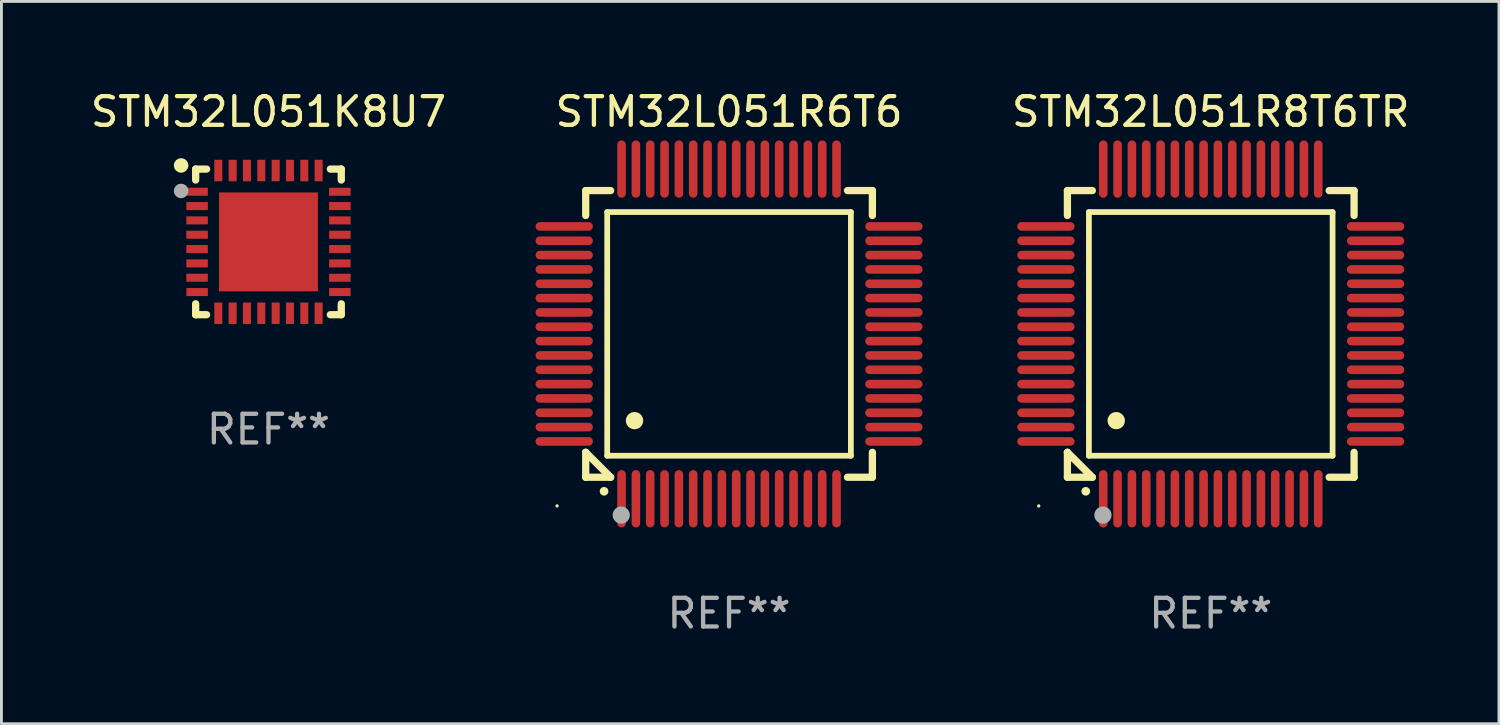
<source format=kicad_pcb>
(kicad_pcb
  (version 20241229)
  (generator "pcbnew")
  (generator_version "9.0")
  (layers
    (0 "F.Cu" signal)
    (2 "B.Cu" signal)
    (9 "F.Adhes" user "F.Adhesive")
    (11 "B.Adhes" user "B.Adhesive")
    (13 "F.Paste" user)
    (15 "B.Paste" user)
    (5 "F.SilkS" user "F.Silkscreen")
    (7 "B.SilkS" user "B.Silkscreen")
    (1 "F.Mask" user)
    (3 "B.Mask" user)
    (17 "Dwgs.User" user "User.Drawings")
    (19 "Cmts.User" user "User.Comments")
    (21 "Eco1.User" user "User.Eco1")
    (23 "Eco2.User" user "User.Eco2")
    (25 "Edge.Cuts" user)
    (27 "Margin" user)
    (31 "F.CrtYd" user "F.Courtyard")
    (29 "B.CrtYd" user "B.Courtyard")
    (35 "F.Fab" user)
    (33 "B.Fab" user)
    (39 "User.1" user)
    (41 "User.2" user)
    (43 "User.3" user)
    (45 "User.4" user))
  (footprint "STM32L051R8T6TR"
    (layer "F.Cu")
    (at 39.184 8.598)
    (property "Reference" "STM32L051R8T6TR" (at 0 -7.75 0) (layer "F.SilkS") (effects (font (size 1 1) (thickness 0.15))))
    (attr through_hole)
    (fp_line (start -5 -5) (end -4.131 -5) (stroke (width 0.254) (type solid)) (layer "F.SilkS"))
    (fp_line (start -5 -4.131) (end -5 -5) (stroke (width 0.254) (type solid)) (layer "F.SilkS"))
    (fp_line (start -5 4.131) (end -5 4.131) (stroke (width 0.254) (type solid)) (layer "F.SilkS"))
    (fp_line (start -5 5) (end -5 4.131) (stroke (width 0.254) (type solid)) (layer "F.SilkS"))
    (fp_line (start -5 4.131) (end -4.131 5) (stroke (width 0.254) (type solid)) (layer "F.SilkS"))
    (fp_line (start -4.25 -4.25) (end -4.25 4.25) (stroke (width 0.2) (type solid)) (layer "F.SilkS"))
    (fp_line (start -4.25 4.25) (end 4.25 4.25) (stroke (width 0.2) (type solid)) (layer "F.SilkS"))
    (fp_line (start -4.131 5) (end -5 5) (stroke (width 0.254) (type solid)) (layer "F.SilkS"))
    (fp_line (start 4.25 -4.25) (end -4.25 -4.25) (stroke (width 0.2) (type solid)) (layer "F.SilkS"))
    (fp_line (start 4.25 4.25) (end 4.25 -4.25) (stroke (width 0.2) (type solid)) (layer "F.SilkS"))
    (fp_line (start 5 -5) (end 4.131 -5) (stroke (width 0.254) (type solid)) (layer "F.SilkS"))
    (fp_line (start 5 -5) (end 5 -4.131) (stroke (width 0.254) (type solid)) (layer "F.SilkS"))
    (fp_line (start 5 4.131) (end 5 5) (stroke (width 0.254) (type solid)) (layer "F.SilkS"))
    (fp_line (start 5 5) (end 4.131 5) (stroke (width 0.254) (type solid)) (layer "F.SilkS"))
    (fp_arc (start -4.361265 5.489992) (mid -4.359995 5.489987) (end -4.358725 5.489992) (stroke (width 0.3) (type solid)) (layer "F.SilkS"))
    (fp_arc (start -3.299467 3.025146) (mid -3.296927 3.025135) (end -3.294387 3.025146) (stroke (width 0.6) (type solid)) (layer "F.SilkS"))
    (fp_circle (center -6 6) (end -5.97 6) (stroke (width 0.06) (type solid)) (fill no) (layer "F.SilkS"))
    (fp_circle (center -3.76 6.32) (end -3.61 6.32) (stroke (width 0.3) (type solid)) (fill no) (layer "F.Fab"))
    (fp_text user "REF**" (at 0 9.75 0) (layer "F.Fab") (effects (font (size 1 1) (thickness 0.15))))
    (pad "1" smd oval (at -3.75 5.75) (size 0.3 2) (layers "F.Cu" "F.Mask" "F.Paste"))
    (pad "2" smd oval (at -3.25 5.75) (size 0.3 2) (layers "F.Cu" "F.Mask" "F.Paste"))
    (pad "3" smd oval (at -2.75 5.75) (size 0.3 2) (layers "F.Cu" "F.Mask" "F.Paste"))
    (pad "4" smd oval (at -2.25 5.75) (size 0.3 2) (layers "F.Cu" "F.Mask" "F.Paste"))
    (pad "5" smd oval (at -1.75 5.75) (size 0.3 2) (layers "F.Cu" "F.Mask" "F.Paste"))
    (pad "6" smd oval (at -1.25 5.75) (size 0.3 2) (layers "F.Cu" "F.Mask" "F.Paste"))
    (pad "7" smd oval (at -0.75 5.75) (size 0.3 2) (layers "F.Cu" "F.Mask" "F.Paste"))
    (pad "8" smd oval (at -0.25 5.75) (size 0.3 2) (layers "F.Cu" "F.Mask" "F.Paste"))
    (pad "9" smd oval (at 0.25 5.75) (size 0.3 2) (layers "F.Cu" "F.Mask" "F.Paste"))
    (pad "10" smd oval (at 0.75 5.75) (size 0.3 2) (layers "F.Cu" "F.Mask" "F.Paste"))
    (pad "11" smd oval (at 1.25 5.75) (size 0.3 2) (layers "F.Cu" "F.Mask" "F.Paste"))
    (pad "12" smd oval (at 1.75 5.75) (size 0.3 2) (layers "F.Cu" "F.Mask" "F.Paste"))
    (pad "13" smd oval (at 2.25 5.75) (size 0.3 2) (layers "F.Cu" "F.Mask" "F.Paste"))
    (pad "14" smd oval (at 2.75 5.75) (size 0.3 2) (layers "F.Cu" "F.Mask" "F.Paste"))
    (pad "15" smd oval (at 3.25 5.75) (size 0.3 2) (layers "F.Cu" "F.Mask" "F.Paste"))
    (pad "16" smd oval (at 3.75 5.75) (size 0.3 2) (layers "F.Cu" "F.Mask" "F.Paste"))
    (pad "17" smd oval (at 5.75 3.75) (size 2 0.3) (layers "F.Cu" "F.Mask" "F.Paste"))
    (pad "18" smd oval (at 5.75 3.25) (size 2 0.3) (layers "F.Cu" "F.Mask" "F.Paste"))
    (pad "19" smd oval (at 5.75 2.75) (size 2 0.3) (layers "F.Cu" "F.Mask" "F.Paste"))
    (pad "20" smd oval (at 5.75 2.25) (size 2 0.3) (layers "F.Cu" "F.Mask" "F.Paste"))
    (pad "21" smd oval (at 5.75 1.75) (size 2 0.3) (layers "F.Cu" "F.Mask" "F.Paste"))
    (pad "22" smd oval (at 5.75 1.25) (size 2 0.3) (layers "F.Cu" "F.Mask" "F.Paste"))
    (pad "23" smd oval (at 5.75 0.75) (size 2 0.3) (layers "F.Cu" "F.Mask" "F.Paste"))
    (pad "24" smd oval (at 5.75 0.25) (size 2 0.3) (layers "F.Cu" "F.Mask" "F.Paste"))
    (pad "25" smd oval (at 5.75 -0.25) (size 2 0.3) (layers "F.Cu" "F.Mask" "F.Paste"))
    (pad "26" smd oval (at 5.75 -0.75) (size 2 0.3) (layers "F.Cu" "F.Mask" "F.Paste"))
    (pad "27" smd oval (at 5.75 -1.25) (size 2 0.3) (layers "F.Cu" "F.Mask" "F.Paste"))
    (pad "28" smd oval (at 5.75 -1.75) (size 2 0.3) (layers "F.Cu" "F.Mask" "F.Paste"))
    (pad "29" smd oval (at 5.75 -2.25) (size 2 0.3) (layers "F.Cu" "F.Mask" "F.Paste"))
    (pad "30" smd oval (at 5.75 -2.75) (size 2 0.3) (layers "F.Cu" "F.Mask" "F.Paste"))
    (pad "31" smd oval (at 5.75 -3.25) (size 2 0.3) (layers "F.Cu" "F.Mask" "F.Paste"))
    (pad "32" smd oval (at 5.75 -3.75) (size 2 0.3) (layers "F.Cu" "F.Mask" "F.Paste"))
    (pad "33" smd oval (at 3.75 -5.75) (size 0.3 2) (layers "F.Cu" "F.Mask" "F.Paste"))
    (pad "34" smd oval (at 3.25 -5.75) (size 0.3 2) (layers "F.Cu" "F.Mask" "F.Paste"))
    (pad "35" smd oval (at 2.75 -5.75) (size 0.3 2) (layers "F.Cu" "F.Mask" "F.Paste"))
    (pad "36" smd oval (at 2.25 -5.75) (size 0.3 2) (layers "F.Cu" "F.Mask" "F.Paste"))
    (pad "37" smd oval (at 1.75 -5.75) (size 0.3 2) (layers "F.Cu" "F.Mask" "F.Paste"))
    (pad "38" smd oval (at 1.25 -5.75) (size 0.3 2) (layers "F.Cu" "F.Mask" "F.Paste"))
    (pad "39" smd oval (at 0.75 -5.75) (size 0.3 2) (layers "F.Cu" "F.Mask" "F.Paste"))
    (pad "40" smd oval (at 0.25 -5.75) (size 0.3 2) (layers "F.Cu" "F.Mask" "F.Paste"))
    (pad "41" smd oval (at -0.25 -5.75) (size 0.3 2) (layers "F.Cu" "F.Mask" "F.Paste"))
    (pad "42" smd oval (at -0.75 -5.75) (size 0.3 2) (layers "F.Cu" "F.Mask" "F.Paste"))
    (pad "43" smd oval (at -1.25 -5.75) (size 0.3 2) (layers "F.Cu" "F.Mask" "F.Paste"))
    (pad "44" smd oval (at -1.75 -5.75) (size 0.3 2) (layers "F.Cu" "F.Mask" "F.Paste"))
    (pad "45" smd oval (at -2.25 -5.75) (size 0.3 2) (layers "F.Cu" "F.Mask" "F.Paste"))
    (pad "46" smd oval (at -2.75 -5.75) (size 0.3 2) (layers "F.Cu" "F.Mask" "F.Paste"))
    (pad "47" smd oval (at -3.25 -5.75) (size 0.3 2) (layers "F.Cu" "F.Mask" "F.Paste"))
    (pad "48" smd oval (at -3.75 -5.75) (size 0.3 2) (layers "F.Cu" "F.Mask" "F.Paste"))
    (pad "49" smd oval (at -5.75 -3.75) (size 2 0.3) (layers "F.Cu" "F.Mask" "F.Paste"))
    (pad "50" smd oval (at -5.75 -3.25) (size 2 0.3) (layers "F.Cu" "F.Mask" "F.Paste"))
    (pad "51" smd oval (at -5.75 -2.75) (size 2 0.3) (layers "F.Cu" "F.Mask" "F.Paste"))
    (pad "52" smd oval (at -5.75 -2.25) (size 2 0.3) (layers "F.Cu" "F.Mask" "F.Paste"))
    (pad "53" smd oval (at -5.75 -1.75) (size 2 0.3) (layers "F.Cu" "F.Mask" "F.Paste"))
    (pad "54" smd oval (at -5.75 -1.25) (size 2 0.3) (layers "F.Cu" "F.Mask" "F.Paste"))
    (pad "55" smd oval (at -5.75 -0.75) (size 2 0.3) (layers "F.Cu" "F.Mask" "F.Paste"))
    (pad "56" smd oval (at -5.75 -0.25) (size 2 0.3) (layers "F.Cu" "F.Mask" "F.Paste"))
    (pad "57" smd oval (at -5.75 0.25) (size 2 0.3) (layers "F.Cu" "F.Mask" "F.Paste"))
    (pad "58" smd oval (at -5.75 0.75) (size 2 0.3) (layers "F.Cu" "F.Mask" "F.Paste"))
    (pad "59" smd oval (at -5.75 1.25) (size 2 0.3) (layers "F.Cu" "F.Mask" "F.Paste"))
    (pad "60" smd oval (at -5.75 1.75) (size 2 0.3) (layers "F.Cu" "F.Mask" "F.Paste"))
    (pad "61" smd oval (at -5.75 2.25) (size 2 0.3) (layers "F.Cu" "F.Mask" "F.Paste"))
    (pad "62" smd oval (at -5.75 2.75) (size 2 0.3) (layers "F.Cu" "F.Mask" "F.Paste"))
    (pad "63" smd oval (at -5.75 3.25) (size 2 0.3) (layers "F.Cu" "F.Mask" "F.Paste"))
    (pad "64" smd oval (at -5.75 3.75) (size 2 0.3) (layers "F.Cu" "F.Mask" "F.Paste")))
  (footprint "STM32L051K8U7"
    (layer "F.Cu")
    (at 6.315 5.388)
    (property "Reference" "STM32L051K8U7" (at 0 -4.54 0) (layer "F.SilkS") (effects (font (size 1 1) (thickness 0.15))))
    (attr through_hole)
    (fp_line (start -2.54 -2.54) (end -2.159 -2.54) (stroke (width 0.254) (type solid)) (layer "F.SilkS"))
    (fp_line (start -2.54 -2.159) (end -2.54 -2.54) (stroke (width 0.254) (type solid)) (layer "F.SilkS"))
    (fp_line (start -2.54 2.54) (end -2.54 2.159) (stroke (width 0.254) (type solid)) (layer "F.SilkS"))
    (fp_line (start -2.159 2.54) (end -2.54 2.54) (stroke (width 0.254) (type solid)) (layer "F.SilkS"))
    (fp_line (start 2.159 -2.54) (end 2.54 -2.54) (stroke (width 0.254) (type solid)) (layer "F.SilkS"))
    (fp_line (start 2.54 -2.54) (end 2.54 -2.159) (stroke (width 0.254) (type solid)) (layer "F.SilkS"))
    (fp_line (start 2.54 2.159) (end 2.54 2.54) (stroke (width 0.254) (type solid)) (layer "F.SilkS"))
    (fp_line (start 2.54 2.54) (end 2.159 2.54) (stroke (width 0.254) (type solid)) (layer "F.SilkS"))
    (fp_circle (center -3.048 -2.667) (end -2.921 -2.667) (stroke (width 0.254) (type solid)) (fill no) (layer "F.SilkS"))
    (fp_circle (center -2.5 -2.5) (end -2.47 -2.5) (stroke (width 0.06) (type solid)) (fill no) (layer "F.SilkS"))
    (fp_circle (center -3.048 -1.778) (end -2.921 -1.778) (stroke (width 0.254) (type solid)) (fill no) (layer "F.Fab"))
    (fp_text user "REF**" (at 0 6.54 0) (layer "F.Fab") (effects (font (size 1 1) (thickness 0.15))))
    (pad "1" smd rect (at -2.49 -1.75) (size 0.75 0.28) (layers "F.Cu" "F.Mask" "F.Paste"))
    (pad "2" smd rect (at -2.49 -1.25) (size 0.75 0.28) (layers "F.Cu" "F.Mask" "F.Paste"))
    (pad "3" smd rect (at -2.49 -0.75) (size 0.75 0.28) (layers "F.Cu" "F.Mask" "F.Paste"))
    (pad "4" smd rect (at -2.49 -0.25) (size 0.75 0.28) (layers "F.Cu" "F.Mask" "F.Paste"))
    (pad "5" smd rect (at -2.49 0.25) (size 0.75 0.28) (layers "F.Cu" "F.Mask" "F.Paste"))
    (pad "6" smd rect (at -2.49 0.75) (size 0.75 0.28) (layers "F.Cu" "F.Mask" "F.Paste"))
    (pad "7" smd rect (at -2.49 1.25) (size 0.75 0.28) (layers "F.Cu" "F.Mask" "F.Paste"))
    (pad "8" smd rect (at -2.49 1.75) (size 0.75 0.28) (layers "F.Cu" "F.Mask" "F.Paste"))
    (pad "9" smd rect (at -1.75 2.49) (size 0.28 0.75) (layers "F.Cu" "F.Mask" "F.Paste"))
    (pad "10" smd rect (at -1.25 2.49) (size 0.28 0.75) (layers "F.Cu" "F.Mask" "F.Paste"))
    (pad "11" smd rect (at -0.75 2.49) (size 0.28 0.75) (layers "F.Cu" "F.Mask" "F.Paste"))
    (pad "12" smd rect (at -0.25 2.49) (size 0.28 0.75) (layers "F.Cu" "F.Mask" "F.Paste"))
    (pad "13" smd rect (at 0.25 2.49) (size 0.28 0.75) (layers "F.Cu" "F.Mask" "F.Paste"))
    (pad "14" smd rect (at 0.75 2.49) (size 0.28 0.75) (layers "F.Cu" "F.Mask" "F.Paste"))
    (pad "15" smd rect (at 1.25 2.49) (size 0.28 0.75) (layers "F.Cu" "F.Mask" "F.Paste"))
    (pad "16" smd rect (at 1.75 2.49) (size 0.28 0.75) (layers "F.Cu" "F.Mask" "F.Paste"))
    (pad "17" smd rect (at 2.49 1.75) (size 0.75 0.28) (layers "F.Cu" "F.Mask" "F.Paste"))
    (pad "18" smd rect (at 2.49 1.25) (size 0.75 0.28) (layers "F.Cu" "F.Mask" "F.Paste"))
    (pad "19" smd rect (at 2.49 0.75) (size 0.75 0.28) (layers "F.Cu" "F.Mask" "F.Paste"))
    (pad "20" smd rect (at 2.49 0.25) (size 0.75 0.28) (layers "F.Cu" "F.Mask" "F.Paste"))
    (pad "21" smd rect (at 2.49 -0.25) (size 0.75 0.28) (layers "F.Cu" "F.Mask" "F.Paste"))
    (pad "22" smd rect (at 2.49 -0.75) (size 0.75 0.28) (layers "F.Cu" "F.Mask" "F.Paste"))
    (pad "23" smd rect (at 2.49 -1.25) (size 0.75 0.28) (layers "F.Cu" "F.Mask" "F.Paste"))
    (pad "24" smd rect (at 2.49 -1.75) (size 0.75 0.28) (layers "F.Cu" "F.Mask" "F.Paste"))
    (pad "25" smd rect (at 1.75 -2.49) (size 0.28 0.75) (layers "F.Cu" "F.Mask" "F.Paste"))
    (pad "26" smd rect (at 1.25 -2.49) (size 0.28 0.75) (layers "F.Cu" "F.Mask" "F.Paste"))
    (pad "27" smd rect (at 0.75 -2.49) (size 0.28 0.75) (layers "F.Cu" "F.Mask" "F.Paste"))
    (pad "28" smd rect (at 0.25 -2.49) (size 0.28 0.75) (layers "F.Cu" "F.Mask" "F.Paste"))
    (pad "29" smd rect (at -0.25 -2.49) (size 0.28 0.75) (layers "F.Cu" "F.Mask" "F.Paste"))
    (pad "30" smd rect (at -0.75 -2.49) (size 0.28 0.75) (layers "F.Cu" "F.Mask" "F.Paste"))
    (pad "31" smd rect (at -1.25 -2.49) (size 0.28 0.75) (layers "F.Cu" "F.Mask" "F.Paste"))
    (pad "32" smd rect (at -1.75 -2.49) (size 0.28 0.75) (layers "F.Cu" "F.Mask" "F.Paste"))
    (pad "33" smd rect (at 0 0) (size 3.45 3.45) (layers "F.Cu" "F.Mask" "F.Paste")))
  (footprint "STM32L051R6T6"
    (layer "F.Cu")
    (at 22.381 8.598)
    (property "Reference" "STM32L051R6T6" (at 0 -7.75 0) (layer "F.SilkS") (effects (font (size 1 1) (thickness 0.15))))
    (attr through_hole)
    (fp_line (start -5 -5) (end -4.131 -5) (stroke (width 0.254) (type solid)) (layer "F.SilkS"))
    (fp_line (start -5 -4.131) (end -5 -5) (stroke (width 0.254) (type solid)) (layer "F.SilkS"))
    (fp_line (start -5 4.131) (end -5 4.131) (stroke (width 0.254) (type solid)) (layer "F.SilkS"))
    (fp_line (start -5 5) (end -5 4.131) (stroke (width 0.254) (type solid)) (layer "F.SilkS"))
    (fp_line (start -5 4.131) (end -4.131 5) (stroke (width 0.254) (type solid)) (layer "F.SilkS"))
    (fp_line (start -4.25 -4.25) (end -4.25 4.25) (stroke (width 0.2) (type solid)) (layer "F.SilkS"))
    (fp_line (start -4.25 4.25) (end 4.25 4.25) (stroke (width 0.2) (type solid)) (layer "F.SilkS"))
    (fp_line (start -4.131 5) (end -5 5) (stroke (width 0.254) (type solid)) (layer "F.SilkS"))
    (fp_line (start 4.25 -4.25) (end -4.25 -4.25) (stroke (width 0.2) (type solid)) (layer "F.SilkS"))
    (fp_line (start 4.25 4.25) (end 4.25 -4.25) (stroke (width 0.2) (type solid)) (layer "F.SilkS"))
    (fp_line (start 5 -5) (end 4.131 -5) (stroke (width 0.254) (type solid)) (layer "F.SilkS"))
    (fp_line (start 5 -5) (end 5 -4.131) (stroke (width 0.254) (type solid)) (layer "F.SilkS"))
    (fp_line (start 5 4.131) (end 5 5) (stroke (width 0.254) (type solid)) (layer "F.SilkS"))
    (fp_line (start 5 5) (end 4.131 5) (stroke (width 0.254) (type solid)) (layer "F.SilkS"))
    (fp_arc (start -4.361265 5.489992) (mid -4.359995 5.489987) (end -4.358725 5.489992) (stroke (width 0.3) (type solid)) (layer "F.SilkS"))
    (fp_arc (start -3.299467 3.025146) (mid -3.296927 3.025135) (end -3.294387 3.025146) (stroke (width 0.6) (type solid)) (layer "F.SilkS"))
    (fp_circle (center -6 6) (end -5.97 6) (stroke (width 0.06) (type solid)) (fill no) (layer "F.SilkS"))
    (fp_circle (center -3.76 6.32) (end -3.61 6.32) (stroke (width 0.3) (type solid)) (fill no) (layer "F.Fab"))
    (fp_text user "REF**" (at 0 9.75 0) (layer "F.Fab") (effects (font (size 1 1) (thickness 0.15))))
    (pad "1" smd oval (at -3.75 5.75) (size 0.3 2) (layers "F.Cu" "F.Mask" "F.Paste"))
    (pad "2" smd oval (at -3.25 5.75) (size 0.3 2) (layers "F.Cu" "F.Mask" "F.Paste"))
    (pad "3" smd oval (at -2.75 5.75) (size 0.3 2) (layers "F.Cu" "F.Mask" "F.Paste"))
    (pad "4" smd oval (at -2.25 5.75) (size 0.3 2) (layers "F.Cu" "F.Mask" "F.Paste"))
    (pad "5" smd oval (at -1.75 5.75) (size 0.3 2) (layers "F.Cu" "F.Mask" "F.Paste"))
    (pad "6" smd oval (at -1.25 5.75) (size 0.3 2) (layers "F.Cu" "F.Mask" "F.Paste"))
    (pad "7" smd oval (at -0.75 5.75) (size 0.3 2) (layers "F.Cu" "F.Mask" "F.Paste"))
    (pad "8" smd oval (at -0.25 5.75) (size 0.3 2) (layers "F.Cu" "F.Mask" "F.Paste"))
    (pad "9" smd oval (at 0.25 5.75) (size 0.3 2) (layers "F.Cu" "F.Mask" "F.Paste"))
    (pad "10" smd oval (at 0.75 5.75) (size 0.3 2) (layers "F.Cu" "F.Mask" "F.Paste"))
    (pad "11" smd oval (at 1.25 5.75) (size 0.3 2) (layers "F.Cu" "F.Mask" "F.Paste"))
    (pad "12" smd oval (at 1.75 5.75) (size 0.3 2) (layers "F.Cu" "F.Mask" "F.Paste"))
    (pad "13" smd oval (at 2.25 5.75) (size 0.3 2) (layers "F.Cu" "F.Mask" "F.Paste"))
    (pad "14" smd oval (at 2.75 5.75) (size 0.3 2) (layers "F.Cu" "F.Mask" "F.Paste"))
    (pad "15" smd oval (at 3.25 5.75) (size 0.3 2) (layers "F.Cu" "F.Mask" "F.Paste"))
    (pad "16" smd oval (at 3.75 5.75) (size 0.3 2) (layers "F.Cu" "F.Mask" "F.Paste"))
    (pad "17" smd oval (at 5.75 3.75) (size 2 0.3) (layers "F.Cu" "F.Mask" "F.Paste"))
    (pad "18" smd oval (at 5.75 3.25) (size 2 0.3) (layers "F.Cu" "F.Mask" "F.Paste"))
    (pad "19" smd oval (at 5.75 2.75) (size 2 0.3) (layers "F.Cu" "F.Mask" "F.Paste"))
    (pad "20" smd oval (at 5.75 2.25) (size 2 0.3) (layers "F.Cu" "F.Mask" "F.Paste"))
    (pad "21" smd oval (at 5.75 1.75) (size 2 0.3) (layers "F.Cu" "F.Mask" "F.Paste"))
    (pad "22" smd oval (at 5.75 1.25) (size 2 0.3) (layers "F.Cu" "F.Mask" "F.Paste"))
    (pad "23" smd oval (at 5.75 0.75) (size 2 0.3) (layers "F.Cu" "F.Mask" "F.Paste"))
    (pad "24" smd oval (at 5.75 0.25) (size 2 0.3) (layers "F.Cu" "F.Mask" "F.Paste"))
    (pad "25" smd oval (at 5.75 -0.25) (size 2 0.3) (layers "F.Cu" "F.Mask" "F.Paste"))
    (pad "26" smd oval (at 5.75 -0.75) (size 2 0.3) (layers "F.Cu" "F.Mask" "F.Paste"))
    (pad "27" smd oval (at 5.75 -1.25) (size 2 0.3) (layers "F.Cu" "F.Mask" "F.Paste"))
    (pad "28" smd oval (at 5.75 -1.75) (size 2 0.3) (layers "F.Cu" "F.Mask" "F.Paste"))
    (pad "29" smd oval (at 5.75 -2.25) (size 2 0.3) (layers "F.Cu" "F.Mask" "F.Paste"))
    (pad "30" smd oval (at 5.75 -2.75) (size 2 0.3) (layers "F.Cu" "F.Mask" "F.Paste"))
    (pad "31" smd oval (at 5.75 -3.25) (size 2 0.3) (layers "F.Cu" "F.Mask" "F.Paste"))
    (pad "32" smd oval (at 5.75 -3.75) (size 2 0.3) (layers "F.Cu" "F.Mask" "F.Paste"))
    (pad "33" smd oval (at 3.75 -5.75) (size 0.3 2) (layers "F.Cu" "F.Mask" "F.Paste"))
    (pad "34" smd oval (at 3.25 -5.75) (size 0.3 2) (layers "F.Cu" "F.Mask" "F.Paste"))
    (pad "35" smd oval (at 2.75 -5.75) (size 0.3 2) (layers "F.Cu" "F.Mask" "F.Paste"))
    (pad "36" smd oval (at 2.25 -5.75) (size 0.3 2) (layers "F.Cu" "F.Mask" "F.Paste"))
    (pad "37" smd oval (at 1.75 -5.75) (size 0.3 2) (layers "F.Cu" "F.Mask" "F.Paste"))
    (pad "38" smd oval (at 1.25 -5.75) (size 0.3 2) (layers "F.Cu" "F.Mask" "F.Paste"))
    (pad "39" smd oval (at 0.75 -5.75) (size 0.3 2) (layers "F.Cu" "F.Mask" "F.Paste"))
    (pad "40" smd oval (at 0.25 -5.75) (size 0.3 2) (layers "F.Cu" "F.Mask" "F.Paste"))
    (pad "41" smd oval (at -0.25 -5.75) (size 0.3 2) (layers "F.Cu" "F.Mask" "F.Paste"))
    (pad "42" smd oval (at -0.75 -5.75) (size 0.3 2) (layers "F.Cu" "F.Mask" "F.Paste"))
    (pad "43" smd oval (at -1.25 -5.75) (size 0.3 2) (layers "F.Cu" "F.Mask" "F.Paste"))
    (pad "44" smd oval (at -1.75 -5.75) (size 0.3 2) (layers "F.Cu" "F.Mask" "F.Paste"))
    (pad "45" smd oval (at -2.25 -5.75) (size 0.3 2) (layers "F.Cu" "F.Mask" "F.Paste"))
    (pad "46" smd oval (at -2.75 -5.75) (size 0.3 2) (layers "F.Cu" "F.Mask" "F.Paste"))
    (pad "47" smd oval (at -3.25 -5.75) (size 0.3 2) (layers "F.Cu" "F.Mask" "F.Paste"))
    (pad "48" smd oval (at -3.75 -5.75) (size 0.3 2) (layers "F.Cu" "F.Mask" "F.Paste"))
    (pad "49" smd oval (at -5.75 -3.75) (size 2 0.3) (layers "F.Cu" "F.Mask" "F.Paste"))
    (pad "50" smd oval (at -5.75 -3.25) (size 2 0.3) (layers "F.Cu" "F.Mask" "F.Paste"))
    (pad "51" smd oval (at -5.75 -2.75) (size 2 0.3) (layers "F.Cu" "F.Mask" "F.Paste"))
    (pad "52" smd oval (at -5.75 -2.25) (size 2 0.3) (layers "F.Cu" "F.Mask" "F.Paste"))
    (pad "53" smd oval (at -5.75 -1.75) (size 2 0.3) (layers "F.Cu" "F.Mask" "F.Paste"))
    (pad "54" smd oval (at -5.75 -1.25) (size 2 0.3) (layers "F.Cu" "F.Mask" "F.Paste"))
    (pad "55" smd oval (at -5.75 -0.75) (size 2 0.3) (layers "F.Cu" "F.Mask" "F.Paste"))
    (pad "56" smd oval (at -5.75 -0.25) (size 2 0.3) (layers "F.Cu" "F.Mask" "F.Paste"))
    (pad "57" smd oval (at -5.75 0.25) (size 2 0.3) (layers "F.Cu" "F.Mask" "F.Paste"))
    (pad "58" smd oval (at -5.75 0.75) (size 2 0.3) (layers "F.Cu" "F.Mask" "F.Paste"))
    (pad "59" smd oval (at -5.75 1.25) (size 2 0.3) (layers "F.Cu" "F.Mask" "F.Paste"))
    (pad "60" smd oval (at -5.75 1.75) (size 2 0.3) (layers "F.Cu" "F.Mask" "F.Paste"))
    (pad "61" smd oval (at -5.75 2.25) (size 2 0.3) (layers "F.Cu" "F.Mask" "F.Paste"))
    (pad "62" smd oval (at -5.75 2.75) (size 2 0.3) (layers "F.Cu" "F.Mask" "F.Paste"))
    (pad "63" smd oval (at -5.75 3.25) (size 2 0.3) (layers "F.Cu" "F.Mask" "F.Paste"))
    (pad "64" smd oval (at -5.75 3.75) (size 2 0.3) (layers "F.Cu" "F.Mask" "F.Paste")))
  (gr_rect
    (start -3 -3)
    (end 49.238 22.196)
    (stroke (width 0.1) (type default))
    (fill no)
    (layer "Edge.Cuts")))
</source>
